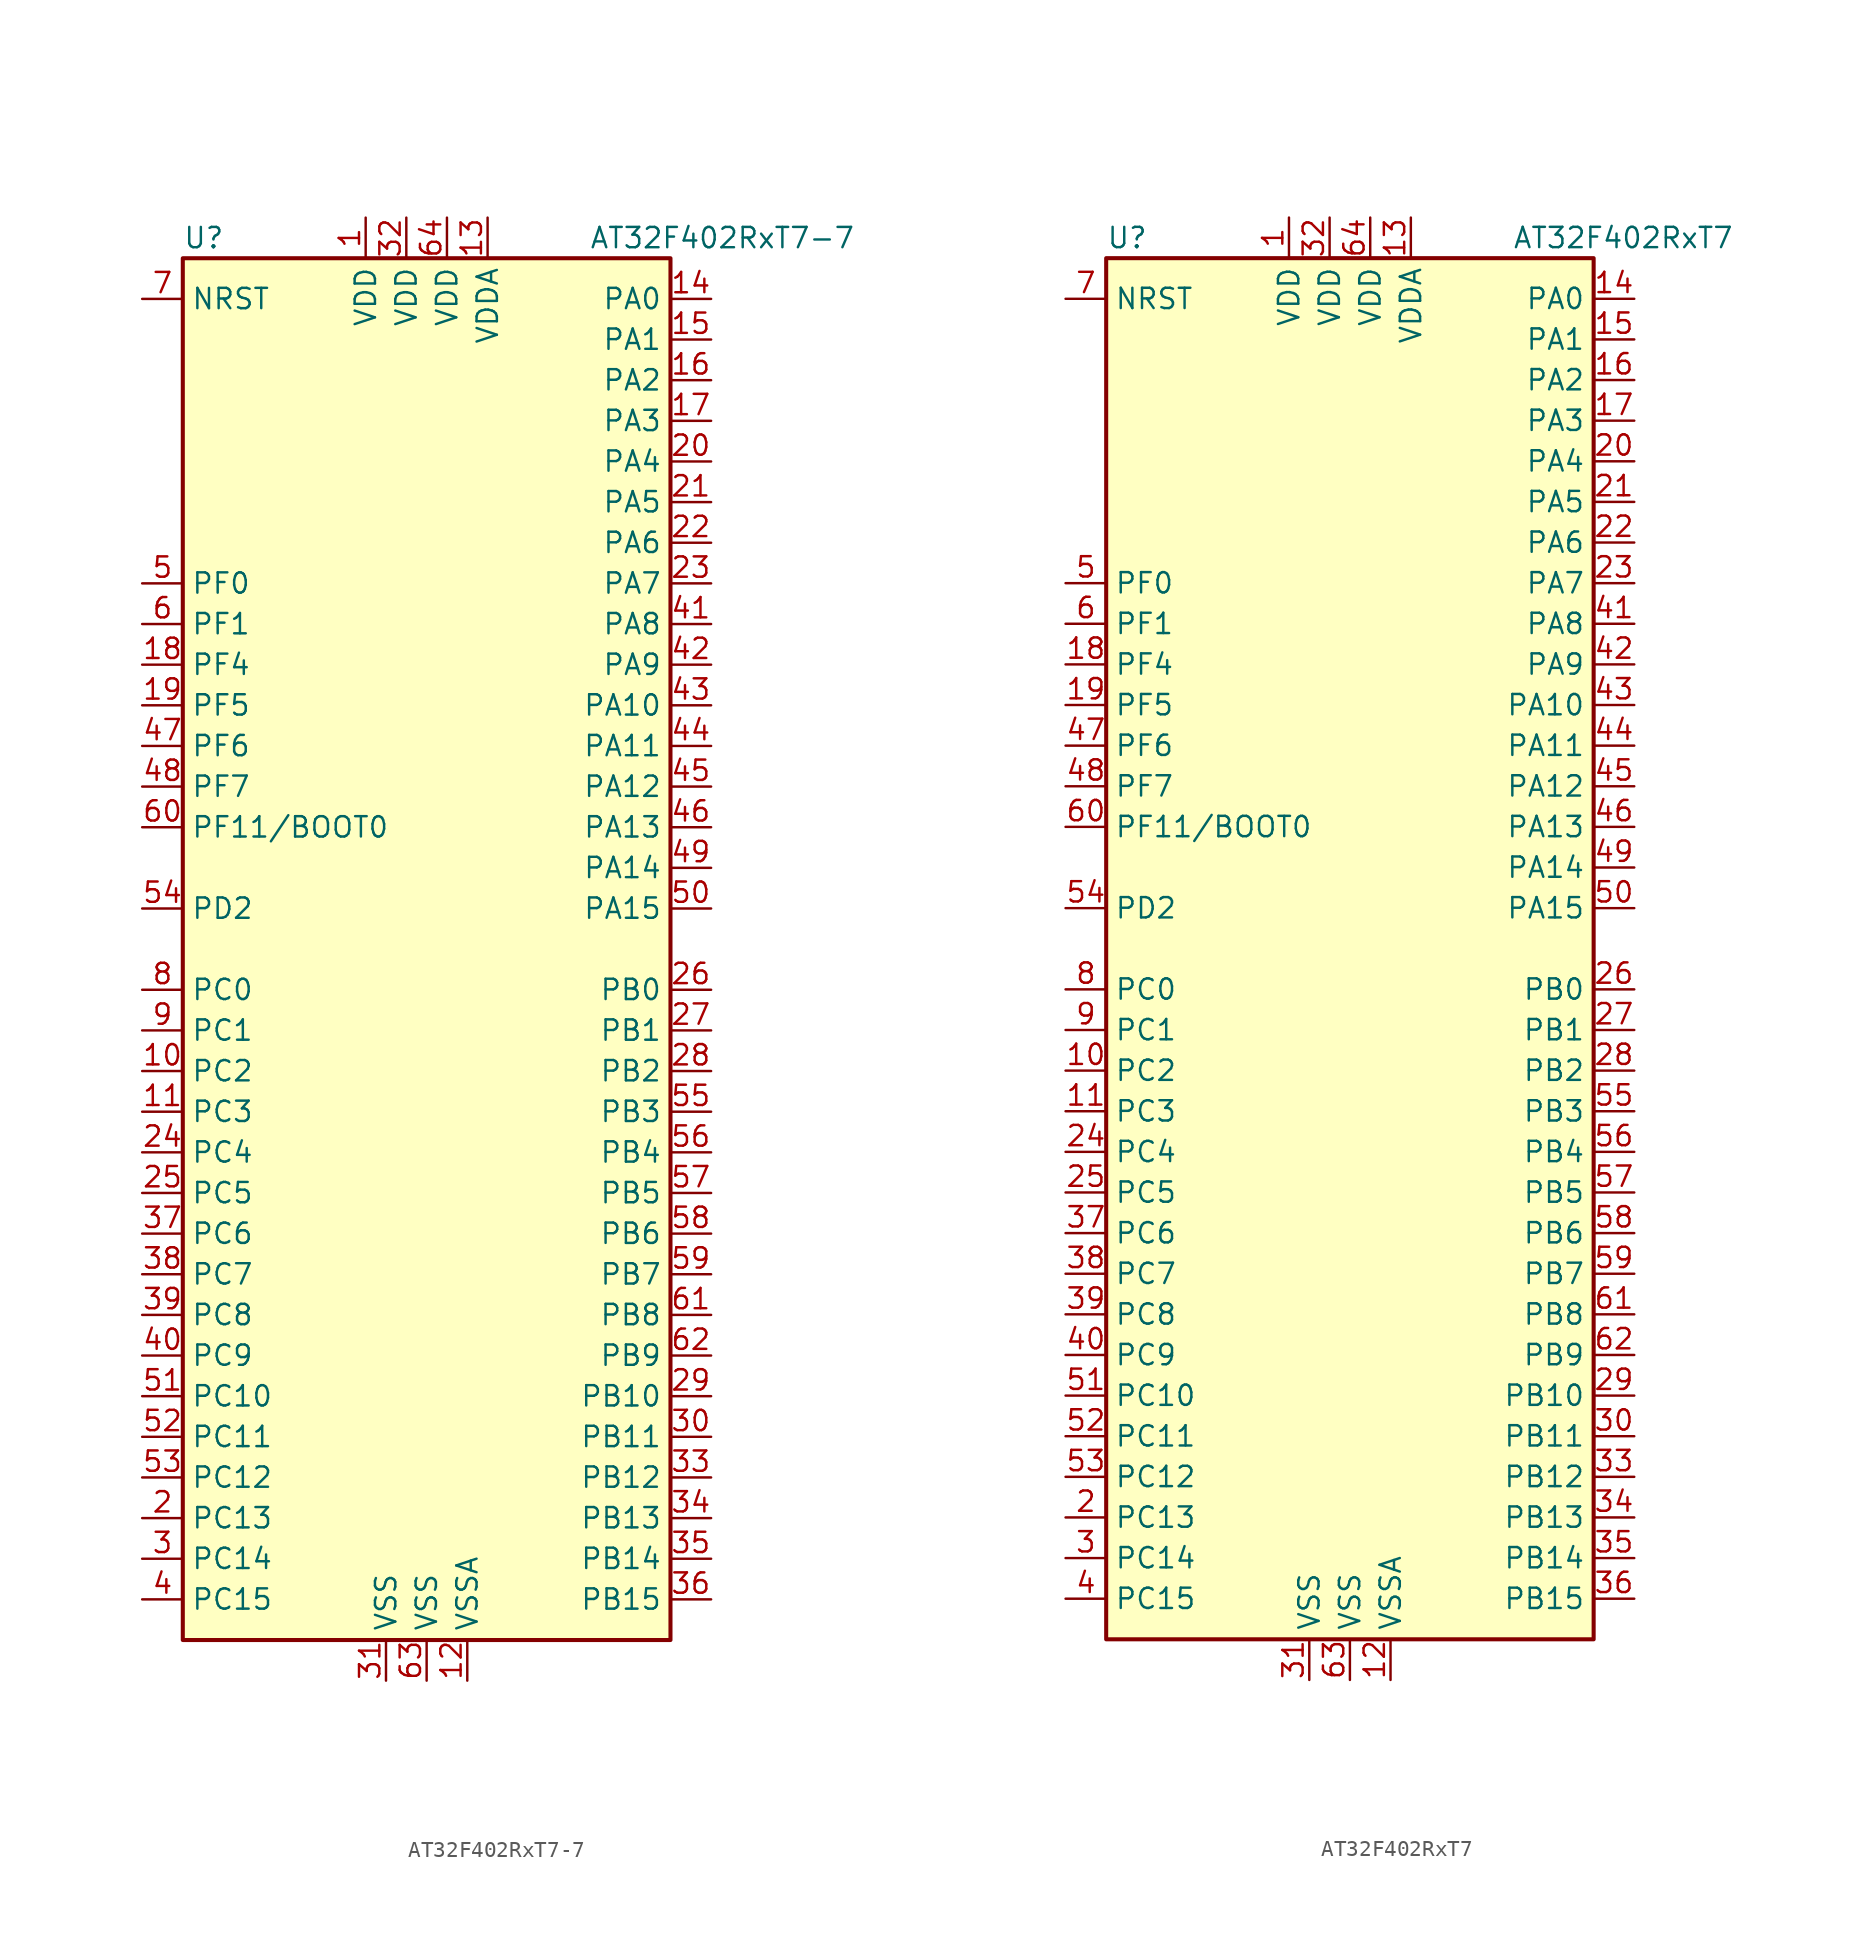
<source format=kicad_sym>
(kicad_symbol_lib
  (version 20220331)
  (generator kicad_symbol_editor)
  (symbol "AT32F402RxT7-7"
    (property "Reference" "U"
      (at -15.24 44.45 0)
      (effects (font (size 1.27 1.27)) (justify left)))
    (property "Value" "AT32F402RxT7-7"
      (at 10.16 44.45 0)
      (effects (font (size 1.27 1.27)) (justify left)))
    (symbol "AT32F402RxT7-7_0_1"
      (rectangle (start -15.24 -43.18) (end 15.24 43.18) (stroke (width 0.254) (type default)) (fill (type background))))
    (symbol "AT32F402RxT7-7_1_1"
      (pin power_in line (at -3.81 45.72 270) (length 2.54) (name "VDD" (effects (font (size 1.27 1.27)))) (number "1" (effects (font (size 1.27 1.27)))))
      (pin bidirectional line (at -17.78 -7.62 0) (length 2.54) (name "PC2" (effects (font (size 1.27 1.27)))) (number "10" (effects (font (size 1.27 1.27)))))
      (pin bidirectional line (at -17.78 -10.16 0) (length 2.54) (name "PC3" (effects (font (size 1.27 1.27)))) (number "11" (effects (font (size 1.27 1.27)))))
      (pin power_in line (at 2.54 -45.72 90) (length 2.54) (name "VSSA" (effects (font (size 1.27 1.27)))) (number "12" (effects (font (size 1.27 1.27)))))
      (pin power_in line (at 3.81 45.72 270) (length 2.54) (name "VDDA" (effects (font (size 1.27 1.27)))) (number "13" (effects (font (size 1.27 1.27)))))
      (pin bidirectional line (at 17.78 40.64 180) (length 2.54) (name "PA0" (effects (font (size 1.27 1.27)))) (number "14" (effects (font (size 1.27 1.27)))))
      (pin bidirectional line (at 17.78 38.1 180) (length 2.54) (name "PA1" (effects (font (size 1.27 1.27)))) (number "15" (effects (font (size 1.27 1.27)))))
      (pin bidirectional line (at 17.78 35.56 180) (length 2.54) (name "PA2" (effects (font (size 1.27 1.27)))) (number "16" (effects (font (size 1.27 1.27)))))
      (pin bidirectional line (at 17.78 33.02 180) (length 2.54) (name "PA3" (effects (font (size 1.27 1.27)))) (number "17" (effects (font (size 1.27 1.27)))))
      (pin bidirectional line (at -17.78 17.78 0) (length 2.54) (name "PF4" (effects (font (size 1.27 1.27)))) (number "18" (effects (font (size 1.27 1.27)))))
      (pin bidirectional line (at -17.78 15.24 0) (length 2.54) (name "PF5" (effects (font (size 1.27 1.27)))) (number "19" (effects (font (size 1.27 1.27)))))
      (pin bidirectional line (at -17.78 -35.56 0) (length 2.54) (name "PC13" (effects (font (size 1.27 1.27)))) (number "2" (effects (font (size 1.27 1.27)))))
      (pin bidirectional line (at 17.78 30.48 180) (length 2.54) (name "PA4" (effects (font (size 1.27 1.27)))) (number "20" (effects (font (size 1.27 1.27)))))
      (pin bidirectional line (at 17.78 27.94 180) (length 2.54) (name "PA5" (effects (font (size 1.27 1.27)))) (number "21" (effects (font (size 1.27 1.27)))))
      (pin bidirectional line (at 17.78 25.4 180) (length 2.54) (name "PA6" (effects (font (size 1.27 1.27)))) (number "22" (effects (font (size 1.27 1.27)))))
      (pin bidirectional line (at 17.78 22.86 180) (length 2.54) (name "PA7" (effects (font (size 1.27 1.27)))) (number "23" (effects (font (size 1.27 1.27)))))
      (pin bidirectional line (at -17.78 -12.7 0) (length 2.54) (name "PC4" (effects (font (size 1.27 1.27)))) (number "24" (effects (font (size 1.27 1.27)))))
      (pin bidirectional line (at -17.78 -15.24 0) (length 2.54) (name "PC5" (effects (font (size 1.27 1.27)))) (number "25" (effects (font (size 1.27 1.27)))))
      (pin bidirectional line (at 17.78 -2.54 180) (length 2.54) (name "PB0" (effects (font (size 1.27 1.27)))) (number "26" (effects (font (size 1.27 1.27)))))
      (pin bidirectional line (at 17.78 -5.08 180) (length 2.54) (name "PB1" (effects (font (size 1.27 1.27)))) (number "27" (effects (font (size 1.27 1.27)))))
      (pin bidirectional line (at 17.78 -7.62 180) (length 2.54) (name "PB2" (effects (font (size 1.27 1.27)))) (number "28" (effects (font (size 1.27 1.27)))))
      (pin bidirectional line (at 17.78 -27.94 180) (length 2.54) (name "PB10" (effects (font (size 1.27 1.27)))) (number "29" (effects (font (size 1.27 1.27)))))
      (pin bidirectional line (at -17.78 -38.1 0) (length 2.54) (name "PC14" (effects (font (size 1.27 1.27)))) (number "3" (effects (font (size 1.27 1.27)))))
      (pin bidirectional line (at 17.78 -30.48 180) (length 2.54) (name "PB11" (effects (font (size 1.27 1.27)))) (number "30" (effects (font (size 1.27 1.27)))))
      (pin power_in line (at -2.54 -45.72 90) (length 2.54) (name "VSS" (effects (font (size 1.27 1.27)))) (number "31" (effects (font (size 1.27 1.27)))))
      (pin power_in line (at -1.27 45.72 270) (length 2.54) (name "VDD" (effects (font (size 1.27 1.27)))) (number "32" (effects (font (size 1.27 1.27)))))
      (pin bidirectional line (at 17.78 -33.02 180) (length 2.54) (name "PB12" (effects (font (size 1.27 1.27)))) (number "33" (effects (font (size 1.27 1.27)))))
      (pin bidirectional line (at 17.78 -35.56 180) (length 2.54) (name "PB13" (effects (font (size 1.27 1.27)))) (number "34" (effects (font (size 1.27 1.27)))))
      (pin bidirectional line (at 17.78 -38.1 180) (length 2.54) (name "PB14" (effects (font (size 1.27 1.27)))) (number "35" (effects (font (size 1.27 1.27)))))
      (pin bidirectional line (at 17.78 -40.64 180) (length 2.54) (name "PB15" (effects (font (size 1.27 1.27)))) (number "36" (effects (font (size 1.27 1.27)))))
      (pin bidirectional line (at -17.78 -17.78 0) (length 2.54) (name "PC6" (effects (font (size 1.27 1.27)))) (number "37" (effects (font (size 1.27 1.27)))))
      (pin bidirectional line (at -17.78 -20.32 0) (length 2.54) (name "PC7" (effects (font (size 1.27 1.27)))) (number "38" (effects (font (size 1.27 1.27)))))
      (pin bidirectional line (at -17.78 -22.86 0) (length 2.54) (name "PC8" (effects (font (size 1.27 1.27)))) (number "39" (effects (font (size 1.27 1.27)))))
      (pin bidirectional line (at -17.78 -40.64 0) (length 2.54) (name "PC15" (effects (font (size 1.27 1.27)))) (number "4" (effects (font (size 1.27 1.27)))))
      (pin bidirectional line (at -17.78 -25.4 0) (length 2.54) (name "PC9" (effects (font (size 1.27 1.27)))) (number "40" (effects (font (size 1.27 1.27)))))
      (pin bidirectional line (at 17.78 20.32 180) (length 2.54) (name "PA8" (effects (font (size 1.27 1.27)))) (number "41" (effects (font (size 1.27 1.27)))))
      (pin bidirectional line (at 17.78 17.78 180) (length 2.54) (name "PA9" (effects (font (size 1.27 1.27)))) (number "42" (effects (font (size 1.27 1.27)))))
      (pin bidirectional line (at 17.78 15.24 180) (length 2.54) (name "PA10" (effects (font (size 1.27 1.27)))) (number "43" (effects (font (size 1.27 1.27)))))
      (pin bidirectional line (at 17.78 12.7 180) (length 2.54) (name "PA11" (effects (font (size 1.27 1.27)))) (number "44" (effects (font (size 1.27 1.27)))))
      (pin bidirectional line (at 17.78 10.16 180) (length 2.54) (name "PA12" (effects (font (size 1.27 1.27)))) (number "45" (effects (font (size 1.27 1.27)))))
      (pin bidirectional line (at 17.78 7.62 180) (length 2.54) (name "PA13" (effects (font (size 1.27 1.27)))) (number "46" (effects (font (size 1.27 1.27)))))
      (pin bidirectional line (at -17.78 12.7 0) (length 2.54) (name "PF6" (effects (font (size 1.27 1.27)))) (number "47" (effects (font (size 1.27 1.27)))))
      (pin bidirectional line (at -17.78 10.16 0) (length 2.54) (name "PF7" (effects (font (size 1.27 1.27)))) (number "48" (effects (font (size 1.27 1.27)))))
      (pin bidirectional line (at 17.78 5.08 180) (length 2.54) (name "PA14" (effects (font (size 1.27 1.27)))) (number "49" (effects (font (size 1.27 1.27)))))
      (pin input line (at -17.78 22.86 0) (length 2.54) (name "PF0" (effects (font (size 1.27 1.27)))) (number "5" (effects (font (size 1.27 1.27)))))
      (pin bidirectional line (at 17.78 2.54 180) (length 2.54) (name "PA15" (effects (font (size 1.27 1.27)))) (number "50" (effects (font (size 1.27 1.27)))))
      (pin bidirectional line (at -17.78 -27.94 0) (length 2.54) (name "PC10" (effects (font (size 1.27 1.27)))) (number "51" (effects (font (size 1.27 1.27)))))
      (pin bidirectional line (at -17.78 -30.48 0) (length 2.54) (name "PC11" (effects (font (size 1.27 1.27)))) (number "52" (effects (font (size 1.27 1.27)))))
      (pin bidirectional line (at -17.78 -33.02 0) (length 2.54) (name "PC12" (effects (font (size 1.27 1.27)))) (number "53" (effects (font (size 1.27 1.27)))))
      (pin bidirectional line (at -17.78 2.54 0) (length 2.54) (name "PD2" (effects (font (size 1.27 1.27)))) (number "54" (effects (font (size 1.27 1.27)))))
      (pin bidirectional line (at 17.78 -10.16 180) (length 2.54) (name "PB3" (effects (font (size 1.27 1.27)))) (number "55" (effects (font (size 1.27 1.27)))))
      (pin bidirectional line (at 17.78 -12.7 180) (length 2.54) (name "PB4" (effects (font (size 1.27 1.27)))) (number "56" (effects (font (size 1.27 1.27)))))
      (pin bidirectional line (at 17.78 -15.24 180) (length 2.54) (name "PB5" (effects (font (size 1.27 1.27)))) (number "57" (effects (font (size 1.27 1.27)))))
      (pin bidirectional line (at 17.78 -17.78 180) (length 2.54) (name "PB6" (effects (font (size 1.27 1.27)))) (number "58" (effects (font (size 1.27 1.27)))))
      (pin bidirectional line (at 17.78 -20.32 180) (length 2.54) (name "PB7" (effects (font (size 1.27 1.27)))) (number "59" (effects (font (size 1.27 1.27)))))
      (pin input line (at -17.78 20.32 0) (length 2.54) (name "PF1" (effects (font (size 1.27 1.27)))) (number "6" (effects (font (size 1.27 1.27)))))
      (pin input line (at -17.78 7.62 0) (length 2.54) (name "PF11/BOOT0" (effects (font (size 1.27 1.27)))) (number "60" (effects (font (size 1.27 1.27)))))
      (pin bidirectional line (at 17.78 -22.86 180) (length 2.54) (name "PB8" (effects (font (size 1.27 1.27)))) (number "61" (effects (font (size 1.27 1.27)))))
      (pin bidirectional line (at 17.78 -25.4 180) (length 2.54) (name "PB9" (effects (font (size 1.27 1.27)))) (number "62" (effects (font (size 1.27 1.27)))))
      (pin power_in line (at 0 -45.72 90) (length 2.54) (name "VSS" (effects (font (size 1.27 1.27)))) (number "63" (effects (font (size 1.27 1.27)))))
      (pin power_in line (at 1.27 45.72 270) (length 2.54) (name "VDD" (effects (font (size 1.27 1.27)))) (number "64" (effects (font (size 1.27 1.27)))))
      (pin input line (at -17.78 40.64 0) (length 2.54) (name "NRST" (effects (font (size 1.27 1.27)))) (number "7" (effects (font (size 1.27 1.27)))))
      (pin bidirectional line (at -17.78 -2.54 0) (length 2.54) (name "PC0" (effects (font (size 1.27 1.27)))) (number "8" (effects (font (size 1.27 1.27)))))
      (pin bidirectional line (at -17.78 -5.08 0) (length 2.54) (name "PC1" (effects (font (size 1.27 1.27)))) (number "9" (effects (font (size 1.27 1.27)))))))
  (symbol "AT32F402RxT7"
    (property "Reference" "U"
      (at -15.24 44.45 0)
      (effects (font (size 1.27 1.27)) (justify left)))
    (property "Value" "AT32F402RxT7"
      (at 10.16 44.45 0)
      (effects (font (size 1.27 1.27)) (justify left)))
    (symbol "AT32F402RxT7_0_1"
      (rectangle (start -15.24 -43.18) (end 15.24 43.18) (stroke (width 0.254) (type default)) (fill (type background))))
    (symbol "AT32F402RxT7_1_1"
      (pin power_in line (at -3.81 45.72 270) (length 2.54) (name "VDD" (effects (font (size 1.27 1.27)))) (number "1" (effects (font (size 1.27 1.27)))))
      (pin bidirectional line (at -17.78 -7.62 0) (length 2.54) (name "PC2" (effects (font (size 1.27 1.27)))) (number "10" (effects (font (size 1.27 1.27)))))
      (pin bidirectional line (at -17.78 -10.16 0) (length 2.54) (name "PC3" (effects (font (size 1.27 1.27)))) (number "11" (effects (font (size 1.27 1.27)))))
      (pin power_in line (at 2.54 -45.72 90) (length 2.54) (name "VSSA" (effects (font (size 1.27 1.27)))) (number "12" (effects (font (size 1.27 1.27)))))
      (pin power_in line (at 3.81 45.72 270) (length 2.54) (name "VDDA" (effects (font (size 1.27 1.27)))) (number "13" (effects (font (size 1.27 1.27)))))
      (pin bidirectional line (at 17.78 40.64 180) (length 2.54) (name "PA0" (effects (font (size 1.27 1.27)))) (number "14" (effects (font (size 1.27 1.27)))))
      (pin bidirectional line (at 17.78 38.1 180) (length 2.54) (name "PA1" (effects (font (size 1.27 1.27)))) (number "15" (effects (font (size 1.27 1.27)))))
      (pin bidirectional line (at 17.78 35.56 180) (length 2.54) (name "PA2" (effects (font (size 1.27 1.27)))) (number "16" (effects (font (size 1.27 1.27)))))
      (pin bidirectional line (at 17.78 33.02 180) (length 2.54) (name "PA3" (effects (font (size 1.27 1.27)))) (number "17" (effects (font (size 1.27 1.27)))))
      (pin bidirectional line (at -17.78 17.78 0) (length 2.54) (name "PF4" (effects (font (size 1.27 1.27)))) (number "18" (effects (font (size 1.27 1.27)))))
      (pin bidirectional line (at -17.78 15.24 0) (length 2.54) (name "PF5" (effects (font (size 1.27 1.27)))) (number "19" (effects (font (size 1.27 1.27)))))
      (pin bidirectional line (at -17.78 -35.56 0) (length 2.54) (name "PC13" (effects (font (size 1.27 1.27)))) (number "2" (effects (font (size 1.27 1.27)))))
      (pin bidirectional line (at 17.78 30.48 180) (length 2.54) (name "PA4" (effects (font (size 1.27 1.27)))) (number "20" (effects (font (size 1.27 1.27)))))
      (pin bidirectional line (at 17.78 27.94 180) (length 2.54) (name "PA5" (effects (font (size 1.27 1.27)))) (number "21" (effects (font (size 1.27 1.27)))))
      (pin bidirectional line (at 17.78 25.4 180) (length 2.54) (name "PA6" (effects (font (size 1.27 1.27)))) (number "22" (effects (font (size 1.27 1.27)))))
      (pin bidirectional line (at 17.78 22.86 180) (length 2.54) (name "PA7" (effects (font (size 1.27 1.27)))) (number "23" (effects (font (size 1.27 1.27)))))
      (pin bidirectional line (at -17.78 -12.7 0) (length 2.54) (name "PC4" (effects (font (size 1.27 1.27)))) (number "24" (effects (font (size 1.27 1.27)))))
      (pin bidirectional line (at -17.78 -15.24 0) (length 2.54) (name "PC5" (effects (font (size 1.27 1.27)))) (number "25" (effects (font (size 1.27 1.27)))))
      (pin bidirectional line (at 17.78 -2.54 180) (length 2.54) (name "PB0" (effects (font (size 1.27 1.27)))) (number "26" (effects (font (size 1.27 1.27)))))
      (pin bidirectional line (at 17.78 -5.08 180) (length 2.54) (name "PB1" (effects (font (size 1.27 1.27)))) (number "27" (effects (font (size 1.27 1.27)))))
      (pin bidirectional line (at 17.78 -7.62 180) (length 2.54) (name "PB2" (effects (font (size 1.27 1.27)))) (number "28" (effects (font (size 1.27 1.27)))))
      (pin bidirectional line (at 17.78 -27.94 180) (length 2.54) (name "PB10" (effects (font (size 1.27 1.27)))) (number "29" (effects (font (size 1.27 1.27)))))
      (pin bidirectional line (at -17.78 -38.1 0) (length 2.54) (name "PC14" (effects (font (size 1.27 1.27)))) (number "3" (effects (font (size 1.27 1.27)))))
      (pin bidirectional line (at 17.78 -30.48 180) (length 2.54) (name "PB11" (effects (font (size 1.27 1.27)))) (number "30" (effects (font (size 1.27 1.27)))))
      (pin power_in line (at -2.54 -45.72 90) (length 2.54) (name "VSS" (effects (font (size 1.27 1.27)))) (number "31" (effects (font (size 1.27 1.27)))))
      (pin power_in line (at -1.27 45.72 270) (length 2.54) (name "VDD" (effects (font (size 1.27 1.27)))) (number "32" (effects (font (size 1.27 1.27)))))
      (pin bidirectional line (at 17.78 -33.02 180) (length 2.54) (name "PB12" (effects (font (size 1.27 1.27)))) (number "33" (effects (font (size 1.27 1.27)))))
      (pin bidirectional line (at 17.78 -35.56 180) (length 2.54) (name "PB13" (effects (font (size 1.27 1.27)))) (number "34" (effects (font (size 1.27 1.27)))))
      (pin bidirectional line (at 17.78 -38.1 180) (length 2.54) (name "PB14" (effects (font (size 1.27 1.27)))) (number "35" (effects (font (size 1.27 1.27)))))
      (pin bidirectional line (at 17.78 -40.64 180) (length 2.54) (name "PB15" (effects (font (size 1.27 1.27)))) (number "36" (effects (font (size 1.27 1.27)))))
      (pin bidirectional line (at -17.78 -17.78 0) (length 2.54) (name "PC6" (effects (font (size 1.27 1.27)))) (number "37" (effects (font (size 1.27 1.27)))))
      (pin bidirectional line (at -17.78 -20.32 0) (length 2.54) (name "PC7" (effects (font (size 1.27 1.27)))) (number "38" (effects (font (size 1.27 1.27)))))
      (pin bidirectional line (at -17.78 -22.86 0) (length 2.54) (name "PC8" (effects (font (size 1.27 1.27)))) (number "39" (effects (font (size 1.27 1.27)))))
      (pin bidirectional line (at -17.78 -40.64 0) (length 2.54) (name "PC15" (effects (font (size 1.27 1.27)))) (number "4" (effects (font (size 1.27 1.27)))))
      (pin bidirectional line (at -17.78 -25.4 0) (length 2.54) (name "PC9" (effects (font (size 1.27 1.27)))) (number "40" (effects (font (size 1.27 1.27)))))
      (pin bidirectional line (at 17.78 20.32 180) (length 2.54) (name "PA8" (effects (font (size 1.27 1.27)))) (number "41" (effects (font (size 1.27 1.27)))))
      (pin bidirectional line (at 17.78 17.78 180) (length 2.54) (name "PA9" (effects (font (size 1.27 1.27)))) (number "42" (effects (font (size 1.27 1.27)))))
      (pin bidirectional line (at 17.78 15.24 180) (length 2.54) (name "PA10" (effects (font (size 1.27 1.27)))) (number "43" (effects (font (size 1.27 1.27)))))
      (pin bidirectional line (at 17.78 12.7 180) (length 2.54) (name "PA11" (effects (font (size 1.27 1.27)))) (number "44" (effects (font (size 1.27 1.27)))))
      (pin bidirectional line (at 17.78 10.16 180) (length 2.54) (name "PA12" (effects (font (size 1.27 1.27)))) (number "45" (effects (font (size 1.27 1.27)))))
      (pin bidirectional line (at 17.78 7.62 180) (length 2.54) (name "PA13" (effects (font (size 1.27 1.27)))) (number "46" (effects (font (size 1.27 1.27)))))
      (pin bidirectional line (at -17.78 12.7 0) (length 2.54) (name "PF6" (effects (font (size 1.27 1.27)))) (number "47" (effects (font (size 1.27 1.27)))))
      (pin bidirectional line (at -17.78 10.16 0) (length 2.54) (name "PF7" (effects (font (size 1.27 1.27)))) (number "48" (effects (font (size 1.27 1.27)))))
      (pin bidirectional line (at 17.78 5.08 180) (length 2.54) (name "PA14" (effects (font (size 1.27 1.27)))) (number "49" (effects (font (size 1.27 1.27)))))
      (pin input line (at -17.78 22.86 0) (length 2.54) (name "PF0" (effects (font (size 1.27 1.27)))) (number "5" (effects (font (size 1.27 1.27)))))
      (pin bidirectional line (at 17.78 2.54 180) (length 2.54) (name "PA15" (effects (font (size 1.27 1.27)))) (number "50" (effects (font (size 1.27 1.27)))))
      (pin bidirectional line (at -17.78 -27.94 0) (length 2.54) (name "PC10" (effects (font (size 1.27 1.27)))) (number "51" (effects (font (size 1.27 1.27)))))
      (pin bidirectional line (at -17.78 -30.48 0) (length 2.54) (name "PC11" (effects (font (size 1.27 1.27)))) (number "52" (effects (font (size 1.27 1.27)))))
      (pin bidirectional line (at -17.78 -33.02 0) (length 2.54) (name "PC12" (effects (font (size 1.27 1.27)))) (number "53" (effects (font (size 1.27 1.27)))))
      (pin bidirectional line (at -17.78 2.54 0) (length 2.54) (name "PD2" (effects (font (size 1.27 1.27)))) (number "54" (effects (font (size 1.27 1.27)))))
      (pin bidirectional line (at 17.78 -10.16 180) (length 2.54) (name "PB3" (effects (font (size 1.27 1.27)))) (number "55" (effects (font (size 1.27 1.27)))))
      (pin bidirectional line (at 17.78 -12.7 180) (length 2.54) (name "PB4" (effects (font (size 1.27 1.27)))) (number "56" (effects (font (size 1.27 1.27)))))
      (pin bidirectional line (at 17.78 -15.24 180) (length 2.54) (name "PB5" (effects (font (size 1.27 1.27)))) (number "57" (effects (font (size 1.27 1.27)))))
      (pin bidirectional line (at 17.78 -17.78 180) (length 2.54) (name "PB6" (effects (font (size 1.27 1.27)))) (number "58" (effects (font (size 1.27 1.27)))))
      (pin bidirectional line (at 17.78 -20.32 180) (length 2.54) (name "PB7" (effects (font (size 1.27 1.27)))) (number "59" (effects (font (size 1.27 1.27)))))
      (pin input line (at -17.78 20.32 0) (length 2.54) (name "PF1" (effects (font (size 1.27 1.27)))) (number "6" (effects (font (size 1.27 1.27)))))
      (pin input line (at -17.78 7.62 0) (length 2.54) (name "PF11/BOOT0" (effects (font (size 1.27 1.27)))) (number "60" (effects (font (size 1.27 1.27)))))
      (pin bidirectional line (at 17.78 -22.86 180) (length 2.54) (name "PB8" (effects (font (size 1.27 1.27)))) (number "61" (effects (font (size 1.27 1.27)))))
      (pin bidirectional line (at 17.78 -25.4 180) (length 2.54) (name "PB9" (effects (font (size 1.27 1.27)))) (number "62" (effects (font (size 1.27 1.27)))))
      (pin power_in line (at 0 -45.72 90) (length 2.54) (name "VSS" (effects (font (size 1.27 1.27)))) (number "63" (effects (font (size 1.27 1.27)))))
      (pin power_in line (at 1.27 45.72 270) (length 2.54) (name "VDD" (effects (font (size 1.27 1.27)))) (number "64" (effects (font (size 1.27 1.27)))))
      (pin input line (at -17.78 40.64 0) (length 2.54) (name "NRST" (effects (font (size 1.27 1.27)))) (number "7" (effects (font (size 1.27 1.27)))))
      (pin bidirectional line (at -17.78 -2.54 0) (length 2.54) (name "PC0" (effects (font (size 1.27 1.27)))) (number "8" (effects (font (size 1.27 1.27)))))
      (pin bidirectional line (at -17.78 -5.08 0) (length 2.54) (name "PC1" (effects (font (size 1.27 1.27)))) (number "9" (effects (font (size 1.27 1.27))))))))
</source>
